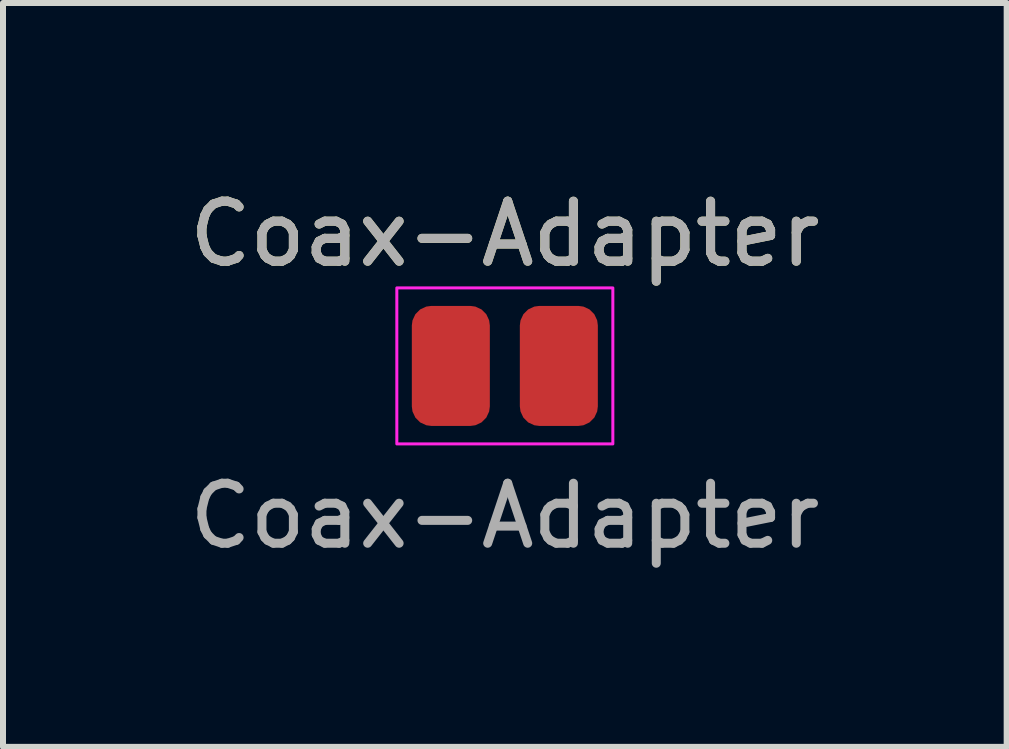
<source format=kicad_pcb>
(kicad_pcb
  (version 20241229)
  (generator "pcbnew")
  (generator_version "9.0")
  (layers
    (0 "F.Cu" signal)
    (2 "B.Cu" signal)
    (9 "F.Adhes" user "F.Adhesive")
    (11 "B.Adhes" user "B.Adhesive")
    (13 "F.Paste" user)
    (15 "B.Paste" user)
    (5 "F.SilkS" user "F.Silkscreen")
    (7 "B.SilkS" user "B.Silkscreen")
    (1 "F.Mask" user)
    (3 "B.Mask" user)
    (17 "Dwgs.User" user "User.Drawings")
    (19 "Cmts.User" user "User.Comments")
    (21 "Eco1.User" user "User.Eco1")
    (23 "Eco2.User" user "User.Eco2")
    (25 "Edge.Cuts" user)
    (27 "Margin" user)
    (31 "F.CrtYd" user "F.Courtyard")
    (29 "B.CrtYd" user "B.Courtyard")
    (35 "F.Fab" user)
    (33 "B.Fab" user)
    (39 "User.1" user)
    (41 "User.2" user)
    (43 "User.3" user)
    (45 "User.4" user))
  (footprint "Coax-Adapter"
    (layer "F.Cu")
    (at 5.363 3.048)
    (property "Reference" "Coax-Adapter" (at 0 -2.2 0) (unlocked yes) (layer "F.SilkS") (effects (font (size 1 1) (thickness 0.15))))
    (attr smd)
    (fp_rect (start -1.8 1.3) (end 1.8 -1.3) (stroke (width 0.05) (type solid)) (fill no) (layer "F.CrtYd"))
    (fp_text user "${REFERENCE}" (at 0 -2.2 0) (unlocked yes) (layer "F.Fab") (effects (font (size 1 1) (thickness 0.15))))
    (fp_text user "${REFERENCE}" (at 0 2.5 0) (unlocked yes) (layer "F.Fab") (effects (font (size 1 1) (thickness 0.15))))
    (pad "1" smd roundrect (at 0.9 0 180) (size 1.3 2) (layers "F.Cu" "F.Mask" "F.Paste") (roundrect_rratio 0.25))
    (pad "2" smd roundrect (at -0.9 0 180) (size 1.3 2) (layers "F.Cu" "F.Mask" "F.Paste") (roundrect_rratio 0.25)))
  (gr_rect
    (start -3 -3)
    (end 13.726 9.396)
    (stroke (width 0.1) (type default))
    (fill no)
    (layer "Edge.Cuts")))
</source>
